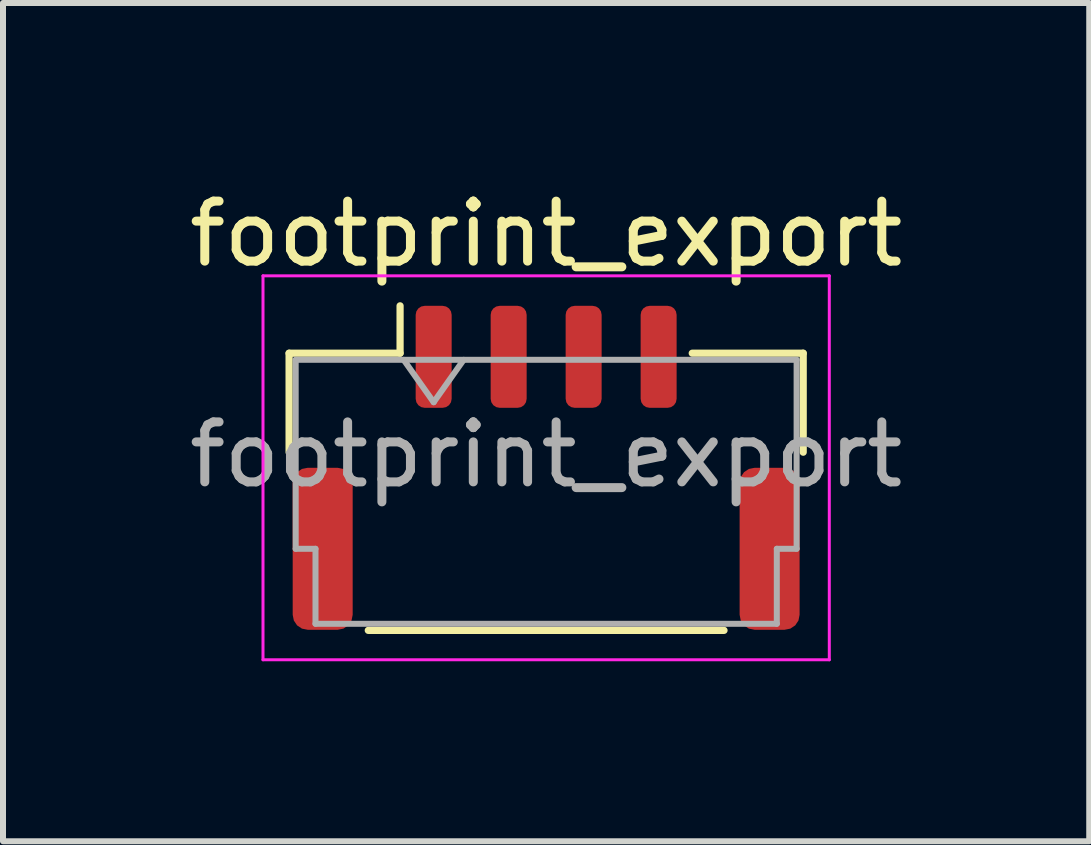
<source format=kicad_pcb>
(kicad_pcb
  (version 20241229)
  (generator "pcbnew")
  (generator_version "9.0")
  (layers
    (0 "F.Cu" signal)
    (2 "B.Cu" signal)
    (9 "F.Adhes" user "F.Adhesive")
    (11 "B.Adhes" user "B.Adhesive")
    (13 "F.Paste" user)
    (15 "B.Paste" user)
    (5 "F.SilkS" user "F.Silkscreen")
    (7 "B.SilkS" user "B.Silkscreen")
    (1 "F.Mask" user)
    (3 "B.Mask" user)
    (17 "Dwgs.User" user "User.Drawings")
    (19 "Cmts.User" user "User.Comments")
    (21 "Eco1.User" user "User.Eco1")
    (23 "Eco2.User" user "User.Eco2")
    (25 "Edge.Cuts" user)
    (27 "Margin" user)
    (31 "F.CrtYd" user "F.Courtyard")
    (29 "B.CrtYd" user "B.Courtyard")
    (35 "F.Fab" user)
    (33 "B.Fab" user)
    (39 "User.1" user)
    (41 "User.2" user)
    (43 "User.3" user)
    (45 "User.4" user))
  (footprint "footprint_export"
    (layer "F.Cu")
    (at 6.054 4.748)
    (property "Reference" "footprint_export" (at 0 -3.9 0) (layer "F.SilkS") (effects (font (size 1 1) (thickness 0.15))))
    (attr smd)
    (fp_line (start -4.285 -1.91) (end -2.435 -1.91) (stroke (width 0.12) (type solid)) (layer "F.SilkS"))
    (fp_line (start -4.285 -0.26) (end -4.285 -1.91) (stroke (width 0.12) (type solid)) (layer "F.SilkS"))
    (fp_line (start -2.965 2.71) (end 2.965 2.71) (stroke (width 0.12) (type solid)) (layer "F.SilkS"))
    (fp_line (start -2.435 -1.91) (end -2.435 -2.7) (stroke (width 0.12) (type solid)) (layer "F.SilkS"))
    (fp_line (start 4.285 -1.91) (end 2.435 -1.91) (stroke (width 0.12) (type solid)) (layer "F.SilkS"))
    (fp_line (start 4.285 -0.26) (end 4.285 -1.91) (stroke (width 0.12) (type solid)) (layer "F.SilkS"))
    (fp_line (start -4.72 -3.2) (end -4.72 3.2) (stroke (width 0.05) (type solid)) (layer "F.CrtYd"))
    (fp_line (start -4.72 3.2) (end 4.72 3.2) (stroke (width 0.05) (type solid)) (layer "F.CrtYd"))
    (fp_line (start 4.72 -3.2) (end -4.72 -3.2) (stroke (width 0.05) (type solid)) (layer "F.CrtYd"))
    (fp_line (start 4.72 3.2) (end 4.72 -3.2) (stroke (width 0.05) (type solid)) (layer "F.CrtYd"))
    (fp_line (start -4.175 -1.8) (end -4.175 1.35) (stroke (width 0.1) (type solid)) (layer "F.Fab"))
    (fp_line (start -4.175 -1.8) (end 4.175 -1.8) (stroke (width 0.1) (type solid)) (layer "F.Fab"))
    (fp_line (start -4.175 1.35) (end -3.845 1.35) (stroke (width 0.1) (type solid)) (layer "F.Fab"))
    (fp_line (start -3.845 1.35) (end -3.845 2.6) (stroke (width 0.1) (type solid)) (layer "F.Fab"))
    (fp_line (start -3.845 2.6) (end 3.845 2.6) (stroke (width 0.1) (type solid)) (layer "F.Fab"))
    (fp_line (start -2.375 -1.8) (end -1.875 -1.093) (stroke (width 0.1) (type solid)) (layer "F.Fab"))
    (fp_line (start -1.875 -1.093) (end -1.375 -1.8) (stroke (width 0.1) (type solid)) (layer "F.Fab"))
    (fp_line (start 3.845 1.35) (end 4.175 1.35) (stroke (width 0.1) (type solid)) (layer "F.Fab"))
    (fp_line (start 3.845 2.6) (end 3.845 1.35) (stroke (width 0.1) (type solid)) (layer "F.Fab"))
    (fp_line (start 4.175 -1.8) (end 4.175 1.35) (stroke (width 0.1) (type solid)) (layer "F.Fab"))
    (fp_text user "${REFERENCE}" (at 0 -0.22 0) (layer "F.Fab") (effects (font (size 1 1) (thickness 0.15))))
    (pad "1" smd roundrect (at -1.875 -1.85) (size 0.6 1.7) (layers "F.Cu" "F.Mask" "F.Paste") (roundrect_rratio 0.25))
    (pad "2" smd roundrect (at -0.625 -1.85) (size 0.6 1.7) (layers "F.Cu" "F.Mask" "F.Paste") (roundrect_rratio 0.25))
    (pad "3" smd roundrect (at 0.625 -1.85) (size 0.6 1.7) (layers "F.Cu" "F.Mask" "F.Paste") (roundrect_rratio 0.25))
    (pad "4" smd roundrect (at 1.875 -1.85) (size 0.6 1.7) (layers "F.Cu" "F.Mask" "F.Paste") (roundrect_rratio 0.25))
    (pad "MP" smd roundrect (at -3.725 1.35) (size 1 2.7) (layers "F.Cu" "F.Mask" "F.Paste") (roundrect_rratio 0.25))
    (pad "MP" smd roundrect (at 3.725 1.35) (size 1 2.7) (layers "F.Cu" "F.Mask" "F.Paste") (roundrect_rratio 0.25)))
  (gr_rect
    (start -3 -3)
    (end 15.107 10.973)
    (stroke (width 0.1) (type default))
    (fill no)
    (layer "Edge.Cuts")))
</source>
